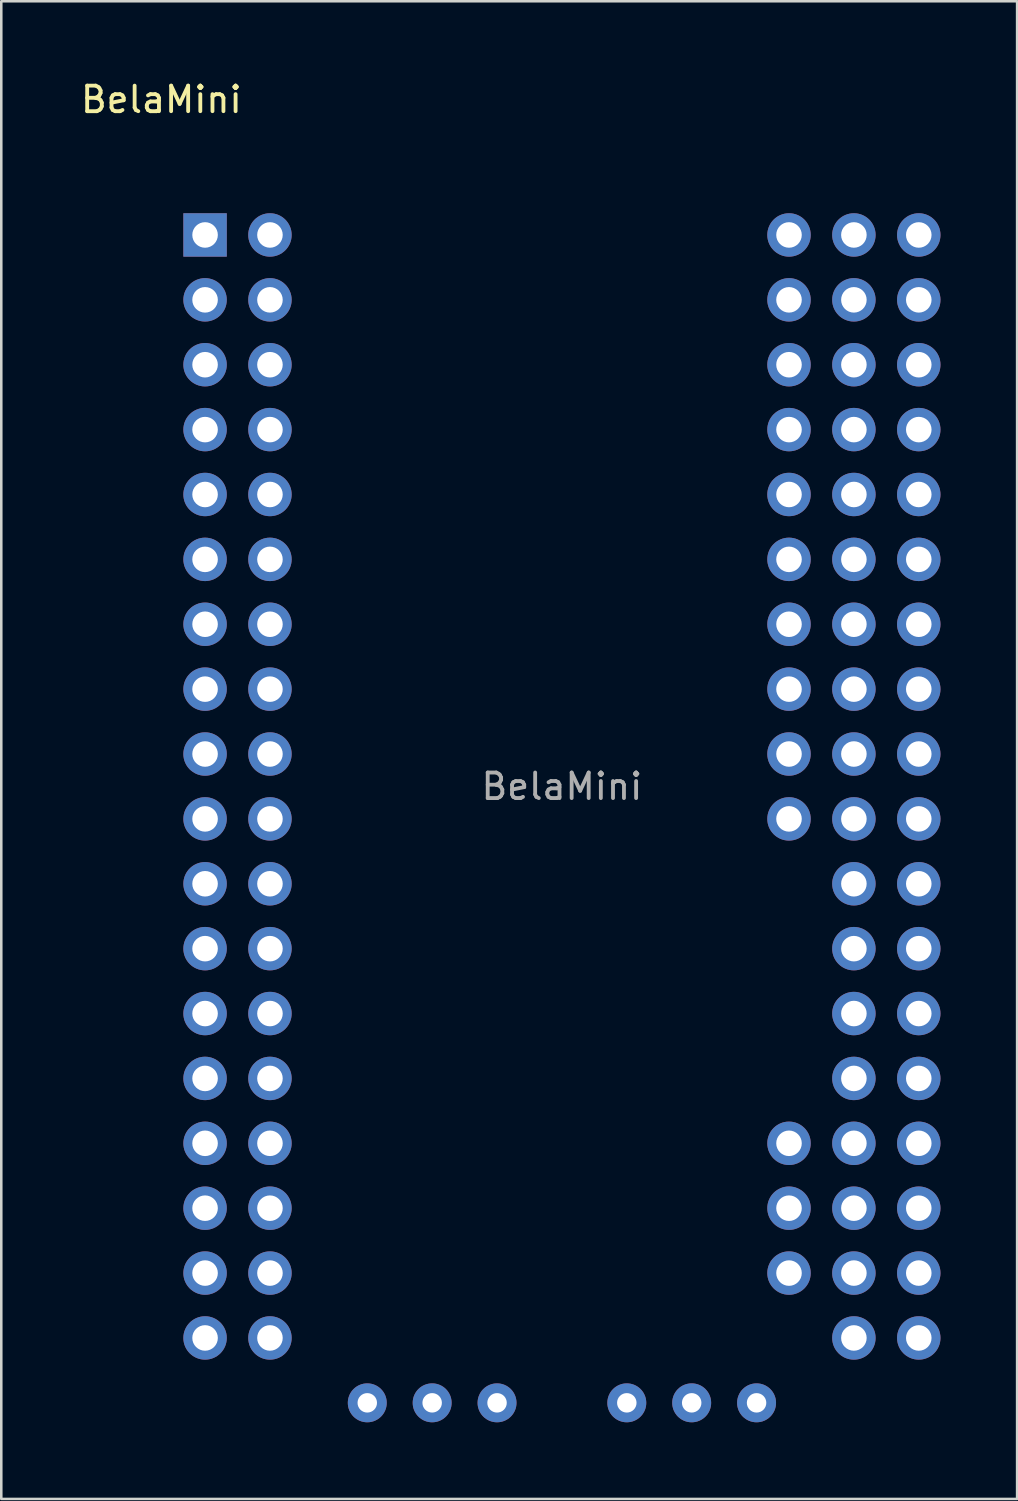
<source format=kicad_pcb>
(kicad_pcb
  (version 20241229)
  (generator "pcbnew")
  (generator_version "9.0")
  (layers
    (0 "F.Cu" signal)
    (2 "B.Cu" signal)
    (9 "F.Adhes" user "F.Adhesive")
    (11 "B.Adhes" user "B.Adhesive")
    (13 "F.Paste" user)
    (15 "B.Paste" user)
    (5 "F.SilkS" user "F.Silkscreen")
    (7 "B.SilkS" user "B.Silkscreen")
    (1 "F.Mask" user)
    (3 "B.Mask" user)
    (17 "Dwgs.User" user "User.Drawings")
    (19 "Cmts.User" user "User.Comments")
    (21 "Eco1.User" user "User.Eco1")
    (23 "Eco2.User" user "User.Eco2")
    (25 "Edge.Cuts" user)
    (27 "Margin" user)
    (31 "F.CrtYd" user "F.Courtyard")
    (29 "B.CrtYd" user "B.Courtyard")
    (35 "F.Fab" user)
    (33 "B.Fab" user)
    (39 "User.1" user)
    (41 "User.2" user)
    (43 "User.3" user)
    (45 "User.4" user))
  (footprint "BelaMini"
    (layer "F.Cu")
    (at 4.978 6.148)
    (property "Reference" "BelaMini" (at -1.71 -5.3 180) (layer "F.SilkS") (effects (font (size 1 1) (thickness 0.15))))
    (attr through_hole)
    (fp_text user "${REFERENCE}" (at 13.97 21.59 180) (layer "F.Fab") (effects (font (size 1 1) (thickness 0.15))))
    (pad "1" thru_hole rect (at 0 0) (size 1.7 1.7) (drill 1) (layers "*.Cu" "*.Mask"))
    (pad "2" thru_hole oval (at 2.54 0) (size 1.7 1.7) (drill 1) (layers "*.Cu" "*.Mask"))
    (pad "3" thru_hole oval (at 0 2.54) (size 1.7 1.7) (drill 1) (layers "*.Cu" "*.Mask"))
    (pad "4" thru_hole oval (at 2.54 2.54) (size 1.7 1.7) (drill 1) (layers "*.Cu" "*.Mask"))
    (pad "5" thru_hole oval (at 0 5.08) (size 1.7 1.7) (drill 1) (layers "*.Cu" "*.Mask"))
    (pad "6" thru_hole oval (at 2.54 5.08) (size 1.7 1.7) (drill 1) (layers "*.Cu" "*.Mask"))
    (pad "7" thru_hole oval (at 0 7.62) (size 1.7 1.7) (drill 1) (layers "*.Cu" "*.Mask"))
    (pad "8" thru_hole oval (at 2.54 7.62) (size 1.7 1.7) (drill 1) (layers "*.Cu" "*.Mask"))
    (pad "9" thru_hole oval (at 0 10.16) (size 1.7 1.7) (drill 1) (layers "*.Cu" "*.Mask"))
    (pad "10" thru_hole oval (at 2.54 10.16) (size 1.7 1.7) (drill 1) (layers "*.Cu" "*.Mask"))
    (pad "11" thru_hole oval (at 0 12.7) (size 1.7 1.7) (drill 1) (layers "*.Cu" "*.Mask"))
    (pad "12" thru_hole oval (at 2.54 12.7) (size 1.7 1.7) (drill 1) (layers "*.Cu" "*.Mask"))
    (pad "13" thru_hole oval (at 0 15.24) (size 1.7 1.7) (drill 1) (layers "*.Cu" "*.Mask"))
    (pad "14" thru_hole oval (at 2.54 15.24) (size 1.7 1.7) (drill 1) (layers "*.Cu" "*.Mask"))
    (pad "15" thru_hole oval (at 0 17.78) (size 1.7 1.7) (drill 1) (layers "*.Cu" "*.Mask"))
    (pad "16" thru_hole oval (at 2.54 17.78) (size 1.7 1.7) (drill 1) (layers "*.Cu" "*.Mask"))
    (pad "17" thru_hole oval (at 0 20.32) (size 1.7 1.7) (drill 1) (layers "*.Cu" "*.Mask"))
    (pad "18" thru_hole oval (at 2.54 20.32) (size 1.7 1.7) (drill 1) (layers "*.Cu" "*.Mask"))
    (pad "19" thru_hole oval (at 0 22.86) (size 1.7 1.7) (drill 1) (layers "*.Cu" "*.Mask"))
    (pad "20" thru_hole oval (at 2.54 22.86) (size 1.7 1.7) (drill 1) (layers "*.Cu" "*.Mask"))
    (pad "21" thru_hole oval (at 0 25.4) (size 1.7 1.7) (drill 1) (layers "*.Cu" "*.Mask"))
    (pad "22" thru_hole oval (at 2.54 25.4) (size 1.7 1.7) (drill 1) (layers "*.Cu" "*.Mask"))
    (pad "23" thru_hole oval (at 0 27.94) (size 1.7 1.7) (drill 1) (layers "*.Cu" "*.Mask"))
    (pad "24" thru_hole oval (at 2.54 27.94) (size 1.7 1.7) (drill 1) (layers "*.Cu" "*.Mask"))
    (pad "25" thru_hole oval (at 0 30.48) (size 1.7 1.7) (drill 1) (layers "*.Cu" "*.Mask"))
    (pad "26" thru_hole oval (at 2.54 30.48) (size 1.7 1.7) (drill 1) (layers "*.Cu" "*.Mask"))
    (pad "27" thru_hole oval (at 0 33.02) (size 1.7 1.7) (drill 1) (layers "*.Cu" "*.Mask"))
    (pad "28" thru_hole oval (at 2.54 33.02) (size 1.7 1.7) (drill 1) (layers "*.Cu" "*.Mask"))
    (pad "29" thru_hole oval (at 0 35.56) (size 1.7 1.7) (drill 1) (layers "*.Cu" "*.Mask"))
    (pad "30" thru_hole oval (at 2.54 35.56) (size 1.7 1.7) (drill 1) (layers "*.Cu" "*.Mask"))
    (pad "31" thru_hole oval (at 0 38.1) (size 1.7 1.7) (drill 1) (layers "*.Cu" "*.Mask"))
    (pad "32" thru_hole oval (at 2.54 38.1) (size 1.7 1.7) (drill 1) (layers "*.Cu" "*.Mask"))
    (pad "33" thru_hole oval (at 0 40.64) (size 1.7 1.7) (drill 1) (layers "*.Cu" "*.Mask"))
    (pad "34" thru_hole oval (at 2.54 40.64) (size 1.7 1.7) (drill 1) (layers "*.Cu" "*.Mask"))
    (pad "35" thru_hole oval (at 0 43.18) (size 1.7 1.7) (drill 1) (layers "*.Cu" "*.Mask"))
    (pad "36" thru_hole oval (at 2.54 43.18) (size 1.7 1.7) (drill 1) (layers "*.Cu" "*.Mask"))
    (pad "37" thru_hole circle (at 25.4 0) (size 1.7 1.7) (drill 1) (layers "*.Cu" "*.Mask"))
    (pad "38" thru_hole oval (at 27.94 0) (size 1.7 1.7) (drill 1) (layers "*.Cu" "*.Mask"))
    (pad "39" thru_hole oval (at 25.4 2.54) (size 1.7 1.7) (drill 1) (layers "*.Cu" "*.Mask"))
    (pad "40" thru_hole oval (at 27.94 2.54) (size 1.7 1.7) (drill 1) (layers "*.Cu" "*.Mask"))
    (pad "41" thru_hole oval (at 25.4 5.08) (size 1.7 1.7) (drill 1) (layers "*.Cu" "*.Mask"))
    (pad "42" thru_hole oval (at 27.94 5.08) (size 1.7 1.7) (drill 1) (layers "*.Cu" "*.Mask"))
    (pad "43" thru_hole oval (at 25.4 7.62) (size 1.7 1.7) (drill 1) (layers "*.Cu" "*.Mask"))
    (pad "44" thru_hole oval (at 27.94 7.62) (size 1.7 1.7) (drill 1) (layers "*.Cu" "*.Mask"))
    (pad "45" thru_hole oval (at 25.4 10.16) (size 1.7 1.7) (drill 1) (layers "*.Cu" "*.Mask"))
    (pad "46" thru_hole oval (at 27.94 10.16) (size 1.7 1.7) (drill 1) (layers "*.Cu" "*.Mask"))
    (pad "47" thru_hole oval (at 25.4 12.7) (size 1.7 1.7) (drill 1) (layers "*.Cu" "*.Mask"))
    (pad "48" thru_hole oval (at 27.94 12.7) (size 1.7 1.7) (drill 1) (layers "*.Cu" "*.Mask"))
    (pad "49" thru_hole oval (at 25.4 15.24) (size 1.7 1.7) (drill 1) (layers "*.Cu" "*.Mask"))
    (pad "50" thru_hole oval (at 27.94 15.24) (size 1.7 1.7) (drill 1) (layers "*.Cu" "*.Mask"))
    (pad "51" thru_hole oval (at 25.4 17.78) (size 1.7 1.7) (drill 1) (layers "*.Cu" "*.Mask"))
    (pad "52" thru_hole oval (at 27.94 17.78) (size 1.7 1.7) (drill 1) (layers "*.Cu" "*.Mask"))
    (pad "53" thru_hole oval (at 25.4 20.32) (size 1.7 1.7) (drill 1) (layers "*.Cu" "*.Mask"))
    (pad "54" thru_hole oval (at 27.94 20.32) (size 1.7 1.7) (drill 1) (layers "*.Cu" "*.Mask"))
    (pad "55" thru_hole oval (at 25.4 22.86) (size 1.7 1.7) (drill 1) (layers "*.Cu" "*.Mask"))
    (pad "56" thru_hole oval (at 27.94 22.86) (size 1.7 1.7) (drill 1) (layers "*.Cu" "*.Mask"))
    (pad "57" thru_hole oval (at 25.4 25.4) (size 1.7 1.7) (drill 1) (layers "*.Cu" "*.Mask"))
    (pad "58" thru_hole oval (at 27.94 25.4) (size 1.7 1.7) (drill 1) (layers "*.Cu" "*.Mask"))
    (pad "59" thru_hole oval (at 25.4 27.94) (size 1.7 1.7) (drill 1) (layers "*.Cu" "*.Mask"))
    (pad "60" thru_hole oval (at 27.94 27.94) (size 1.7 1.7) (drill 1) (layers "*.Cu" "*.Mask"))
    (pad "61" thru_hole oval (at 25.4 30.48) (size 1.7 1.7) (drill 1) (layers "*.Cu" "*.Mask"))
    (pad "62" thru_hole oval (at 27.94 30.48) (size 1.7 1.7) (drill 1) (layers "*.Cu" "*.Mask"))
    (pad "63" thru_hole oval (at 25.4 33.02) (size 1.7 1.7) (drill 1) (layers "*.Cu" "*.Mask"))
    (pad "64" thru_hole oval (at 27.94 33.02) (size 1.7 1.7) (drill 1) (layers "*.Cu" "*.Mask"))
    (pad "65" thru_hole oval (at 25.4 35.56) (size 1.7 1.7) (drill 1) (layers "*.Cu" "*.Mask"))
    (pad "66" thru_hole oval (at 27.94 35.56) (size 1.7 1.7) (drill 1) (layers "*.Cu" "*.Mask"))
    (pad "67" thru_hole oval (at 25.4 38.1) (size 1.7 1.7) (drill 1) (layers "*.Cu" "*.Mask"))
    (pad "68" thru_hole oval (at 27.94 38.1) (size 1.7 1.7) (drill 1) (layers "*.Cu" "*.Mask"))
    (pad "69" thru_hole oval (at 25.4 40.64) (size 1.7 1.7) (drill 1) (layers "*.Cu" "*.Mask"))
    (pad "70" thru_hole oval (at 27.94 40.64) (size 1.7 1.7) (drill 1) (layers "*.Cu" "*.Mask"))
    (pad "71" thru_hole oval (at 25.4 43.18) (size 1.7 1.7) (drill 1) (layers "*.Cu" "*.Mask"))
    (pad "72" thru_hole oval (at 27.94 43.18) (size 1.7 1.7) (drill 1) (layers "*.Cu" "*.Mask"))
    (pad "A0" thru_hole circle (at 22.86 0) (size 1.7 1.7) (drill 1) (layers "*.Cu" "*.Mask"))
    (pad "A1" thru_hole oval (at 22.86 2.54) (size 1.7 1.7) (drill 1) (layers "*.Cu" "*.Mask"))
    (pad "A2" thru_hole oval (at 22.86 5.08) (size 1.7 1.7) (drill 1) (layers "*.Cu" "*.Mask"))
    (pad "A3" thru_hole oval (at 22.86 7.62) (size 1.7 1.7) (drill 1) (layers "*.Cu" "*.Mask"))
    (pad "A4" thru_hole oval (at 22.86 10.16) (size 1.7 1.7) (drill 1) (layers "*.Cu" "*.Mask"))
    (pad "A5" thru_hole oval (at 22.86 12.7) (size 1.7 1.7) (drill 1) (layers "*.Cu" "*.Mask"))
    (pad "A6" thru_hole oval (at 22.86 15.24) (size 1.7 1.7) (drill 1) (layers "*.Cu" "*.Mask"))
    (pad "A7" thru_hole oval (at 22.86 17.78) (size 1.7 1.7) (drill 1) (layers "*.Cu" "*.Mask"))
    (pad "A8" thru_hole oval (at 22.86 20.32) (size 1.7 1.7) (drill 1) (layers "*.Cu" "*.Mask"))
    (pad "A9" thru_hole oval (at 22.86 22.86) (size 1.7 1.7) (drill 1) (layers "*.Cu" "*.Mask"))
    (pad "G" thru_hole oval (at 22.86 40.64) (size 1.7 1.7) (drill 1) (layers "*.Cu" "*.Mask"))
    (pad "GAI" thru_hole circle (at 6.35 45.72) (size 1.524 1.524) (drill 0.762) (layers "*.Cu" "*.Mask"))
    (pad "GAO" thru_hole circle (at 16.51 45.72) (size 1.524 1.524) (drill 0.762) (layers "*.Cu" "*.Mask"))
    (pad "L" thru_hole oval (at 22.86 38.1) (size 1.7 1.7) (drill 1) (layers "*.Cu" "*.Mask"))
    (pad "LAI" thru_hole circle (at 8.89 45.72) (size 1.524 1.524) (drill 0.762) (layers "*.Cu" "*.Mask"))
    (pad "LAO" thru_hole circle (at 19.05 45.72) (size 1.524 1.524) (drill 0.762) (layers "*.Cu" "*.Mask"))
    (pad "R" thru_hole oval (at 22.86 35.56) (size 1.7 1.7) (drill 1) (layers "*.Cu" "*.Mask"))
    (pad "RAI" thru_hole circle (at 11.43 45.72) (size 1.524 1.524) (drill 0.762) (layers "*.Cu" "*.Mask"))
    (pad "RAO" thru_hole circle (at 21.59 45.72) (size 1.524 1.524) (drill 0.762) (layers "*.Cu" "*.Mask")))
  (gr_rect
    (start -3 -3)
    (end 36.768 55.63)
    (stroke (width 0.1) (type default))
    (fill no)
    (layer "Edge.Cuts")))
</source>
